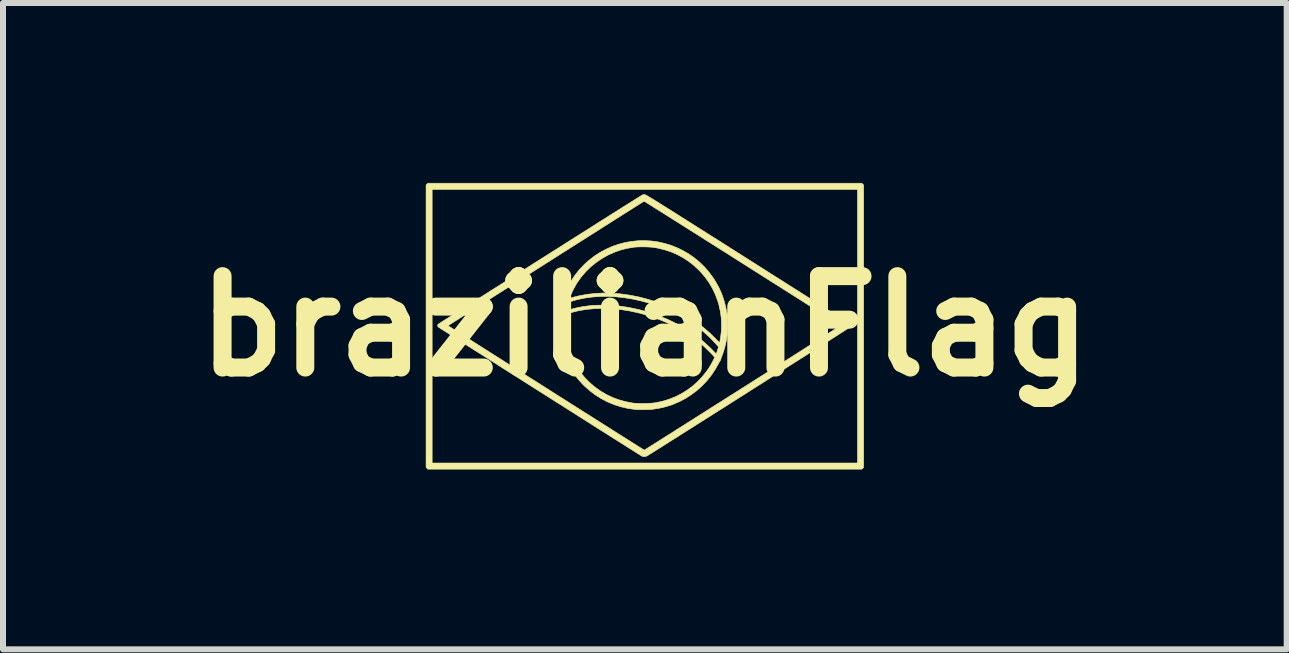
<source format=kicad_pcb>
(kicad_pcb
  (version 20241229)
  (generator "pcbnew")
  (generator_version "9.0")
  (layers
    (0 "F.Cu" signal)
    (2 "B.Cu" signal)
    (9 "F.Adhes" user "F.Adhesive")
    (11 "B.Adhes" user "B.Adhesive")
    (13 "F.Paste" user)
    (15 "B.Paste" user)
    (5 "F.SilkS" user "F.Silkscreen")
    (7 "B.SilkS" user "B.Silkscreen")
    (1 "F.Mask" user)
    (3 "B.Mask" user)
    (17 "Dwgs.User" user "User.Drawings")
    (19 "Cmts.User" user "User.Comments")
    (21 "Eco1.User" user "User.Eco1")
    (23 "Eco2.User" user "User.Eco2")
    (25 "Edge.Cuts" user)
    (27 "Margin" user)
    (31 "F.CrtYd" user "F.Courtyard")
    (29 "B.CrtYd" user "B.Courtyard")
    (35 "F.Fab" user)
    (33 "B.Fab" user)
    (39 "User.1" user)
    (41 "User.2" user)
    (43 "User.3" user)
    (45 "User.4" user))
  (footprint "brazilianFlag"
    (layer "F.Cu")
    (at 7.7 2.388)
    (property "Reference" "brazilianFlag" (at 0 0 0) (layer "F.SilkS") (effects (font (size 1.524 1.524) (thickness 0.3))))
    (attr through_hole)
    (fp_poly (pts (xy 3.647 -2.353) (xy 3.647 2.353) (xy 3.633 2.368) (xy 3.618 2.383) (xy -3.618 2.383) (xy -3.633 2.368) (xy -3.647 2.353) (xy -3.647 -2.281) (xy -3.546 -2.281) (xy -3.546 2.281) (xy 3.546 2.281) (xy 3.546 -2.281) (xy -3.546 -2.281) (xy -3.647 -2.281) (xy -3.647 -2.353) (xy -3.618 -2.383) (xy 3.618 -2.383) (xy 3.647 -2.353)) (stroke (width 0.01) (type solid)) (fill yes) (layer "F.SilkS"))
    (fp_poly (pts (xy 0.112 -1.42) (xy 0.22 -1.405) (xy 0.326 -1.381) (xy 0.431 -1.35) (xy 0.533 -1.31) (xy 0.632 -1.262) (xy 0.728 -1.207) (xy 0.82 -1.143) (xy 0.907 -1.072) (xy 0.989 -0.993) (xy 1.065 -0.906) (xy 1.135 -0.812) (xy 1.179 -0.744) (xy 1.234 -0.645) (xy 1.28 -0.543) (xy 1.317 -0.437) (xy 1.347 -0.325) (xy 1.369 -0.207) (xy 1.37 -0.201) (xy 1.374 -0.165) (xy 1.377 -0.122) (xy 1.378 -0.074) (xy 1.379 -0.022) (xy 1.379 0.029) (xy 1.377 0.079) (xy 1.375 0.124) (xy 1.371 0.161) (xy 1.37 0.17) (xy 1.357 0.245) (xy 1.34 0.321) (xy 1.32 0.395) (xy 1.297 0.464) (xy 1.28 0.508) (xy 1.273 0.528) (xy 1.267 0.545) (xy 1.265 0.556) (xy 1.265 0.557) (xy 1.263 0.566) (xy 1.26 0.569) (xy 1.256 0.573) (xy 1.248 0.585) (xy 1.239 0.602) (xy 1.229 0.62) (xy 1.172 0.722) (xy 1.107 0.818) (xy 1.035 0.909) (xy 0.955 0.993) (xy 0.868 1.071) (xy 0.775 1.141) (xy 0.677 1.204) (xy 0.574 1.258) (xy 0.467 1.304) (xy 0.434 1.316) (xy 0.329 1.347) (xy 0.221 1.371) (xy 0.114 1.387) (xy 0.096 1.388) (xy 0.07 1.389) (xy 0.038 1.39) (xy 0.003 1.391) (xy -0.034 1.391) (xy -0.07 1.391) (xy -0.103 1.391) (xy -0.131 1.39) (xy -0.152 1.389) (xy -0.157 1.388) (xy -0.279 1.371) (xy -0.397 1.344) (xy -0.51 1.308) (xy -0.62 1.263) (xy -0.724 1.209) (xy -0.824 1.147) (xy -0.919 1.075) (xy -1.009 0.995) (xy -1.039 0.965) (xy -1.12 0.874) (xy -1.192 0.779) (xy -1.254 0.68) (xy -1.308 0.575) (xy -1.353 0.466) (xy -1.389 0.351) (xy -1.416 0.232) (xy -1.426 0.175) (xy -1.429 0.146) (xy -1.432 0.11) (xy -1.434 0.068) (xy -1.435 0.023) (xy -1.435 -0.024) (xy -1.435 -0.061) (xy -1.333 -0.061) (xy -1.333 -0.019) (xy -1.333 0.025) (xy -1.331 0.067) (xy -1.329 0.106) (xy -1.327 0.139) (xy -1.324 0.163) (xy -1.302 0.279) (xy -1.271 0.391) (xy -1.23 0.498) (xy -1.181 0.601) (xy -1.122 0.7) (xy -1.074 0.769) (xy -1.001 0.858) (xy -0.921 0.939) (xy -0.835 1.013) (xy -0.743 1.079) (xy -0.645 1.137) (xy -0.543 1.186) (xy -0.437 1.226) (xy -0.326 1.257) (xy -0.212 1.279) (xy -0.183 1.283) (xy -0.154 1.286) (xy -0.118 1.287) (xy -0.076 1.288) (xy -0.031 1.288) (xy 0.015 1.288) (xy 0.06 1.286) (xy 0.101 1.284) (xy 0.137 1.281) (xy 0.165 1.278) (xy 0.165 1.278) (xy 0.281 1.255) (xy 0.392 1.222) (xy 0.499 1.18) (xy 0.601 1.13) (xy 0.698 1.071) (xy 0.79 1.004) (xy 0.875 0.929) (xy 0.955 0.845) (xy 1.028 0.754) (xy 1.071 0.692) (xy 1.082 0.674) (xy 1.095 0.651) (xy 1.11 0.626) (xy 1.124 0.6) (xy 1.137 0.575) (xy 1.149 0.553) (xy 1.157 0.535) (xy 1.162 0.523) (xy 1.163 0.519) (xy 1.16 0.513) (xy 1.15 0.502) (xy 1.135 0.485) (xy 1.116 0.465) (xy 1.094 0.442) (xy 1.07 0.418) (xy 1.045 0.394) (xy 1.021 0.37) (xy 0.998 0.348) (xy 0.977 0.329) (xy 0.963 0.317) (xy 0.843 0.22) (xy 0.716 0.131) (xy 0.583 0.05) (xy 0.444 -0.024) (xy 0.298 -0.089) (xy 0.147 -0.147) (xy -0.009 -0.196) (xy -0.101 -0.221) (xy -0.251 -0.254) (xy -0.401 -0.278) (xy -0.548 -0.292) (xy -0.693 -0.297) (xy -0.835 -0.293) (xy -0.975 -0.28) (xy -1.098 -0.259) (xy -1.135 -0.251) (xy -1.174 -0.241) (xy -1.214 -0.231) (xy -1.25 -0.22) (xy -1.282 -0.21) (xy -1.306 -0.201) (xy -1.306 -0.201) (xy -1.316 -0.196) (xy -1.322 -0.191) (xy -1.326 -0.182) (xy -1.328 -0.167) (xy -1.329 -0.159) (xy -1.331 -0.133) (xy -1.333 -0.1) (xy -1.333 -0.061) (xy -1.435 -0.061) (xy -1.435 -0.07) (xy -1.434 -0.113) (xy -1.432 -0.151) (xy -1.43 -0.181) (xy -1.429 -0.191) (xy -1.416 -0.262) (xy -1.313 -0.262) (xy -1.313 -0.259) (xy -1.307 -0.26) (xy -1.294 -0.264) (xy -1.275 -0.27) (xy -1.253 -0.276) (xy -1.143 -0.305) (xy -1.026 -0.328) (xy -0.904 -0.343) (xy -0.875 -0.346) (xy -0.842 -0.348) (xy -0.801 -0.349) (xy -0.755 -0.35) (xy -0.704 -0.35) (xy -0.652 -0.349) (xy -0.6 -0.348) (xy -0.55 -0.346) (xy -0.504 -0.344) (xy -0.465 -0.341) (xy -0.434 -0.338) (xy -0.265 -0.312) (xy -0.099 -0.277) (xy 0.063 -0.232) (xy 0.222 -0.178) (xy 0.377 -0.115) (xy 0.475 -0.069) (xy 0.611 0.003) (xy 0.74 0.081) (xy 0.861 0.165) (xy 0.974 0.254) (xy 1.078 0.349) (xy 1.146 0.417) (xy 1.162 0.434) (xy 1.175 0.447) (xy 1.185 0.455) (xy 1.19 0.457) (xy 1.193 0.452) (xy 1.198 0.439) (xy 1.205 0.42) (xy 1.211 0.402) (xy 1.22 0.373) (xy 1.225 0.353) (xy 1.225 0.342) (xy 1.224 0.341) (xy 1.219 0.334) (xy 1.209 0.322) (xy 1.194 0.305) (xy 1.177 0.285) (xy 1.167 0.274) (xy 1.077 0.182) (xy 0.978 0.093) (xy 0.871 0.009) (xy 0.757 -0.07) (xy 0.636 -0.144) (xy 0.509 -0.212) (xy 0.376 -0.273) (xy 0.239 -0.329) (xy 0.098 -0.377) (xy 0.086 -0.381) (xy -0.057 -0.42) (xy -0.199 -0.452) (xy -0.341 -0.475) (xy -0.48 -0.49) (xy -0.618 -0.497) (xy -0.752 -0.496) (xy -0.883 -0.486) (xy -1.01 -0.468) (xy -1.132 -0.442) (xy -1.181 -0.428) (xy -1.215 -0.418) (xy -1.24 -0.41) (xy -1.259 -0.403) (xy -1.271 -0.397) (xy -1.28 -0.39) (xy -1.285 -0.382) (xy -1.288 -0.371) (xy -1.29 -0.365) (xy -1.299 -0.327) (xy -1.306 -0.297) (xy -1.31 -0.275) (xy -1.313 -0.262) (xy -1.416 -0.262) (xy -1.411 -0.295) (xy -1.387 -0.392) (xy -1.365 -0.464) (xy -1.255 -0.464) (xy -1.253 -0.464) (xy -1.234 -0.47) (xy -1.208 -0.478) (xy -1.177 -0.487) (xy -1.144 -0.495) (xy -1.11 -0.503) (xy -1.092 -0.507) (xy -0.963 -0.531) (xy -0.828 -0.546) (xy -0.691 -0.553) (xy -0.55 -0.55) (xy -0.406 -0.539) (xy -0.261 -0.519) (xy -0.114 -0.491) (xy 0.033 -0.453) (xy 0.055 -0.447) (xy 0.204 -0.4) (xy 0.348 -0.345) (xy 0.487 -0.283) (xy 0.621 -0.215) (xy 0.749 -0.14) (xy 0.87 -0.059) (xy 0.984 0.028) (xy 1.09 0.12) (xy 1.179 0.208) (xy 1.2 0.229) (xy 1.217 0.248) (xy 1.232 0.262) (xy 1.241 0.271) (xy 1.245 0.274) (xy 1.247 0.27) (xy 1.25 0.257) (xy 1.254 0.238) (xy 1.259 0.214) (xy 1.259 0.212) (xy 1.274 0.097) (xy 1.279 -0.018) (xy 1.274 -0.133) (xy 1.259 -0.246) (xy 1.234 -0.358) (xy 1.216 -0.417) (xy 1.177 -0.524) (xy 1.13 -0.624) (xy 1.075 -0.719) (xy 1.011 -0.81) (xy 0.937 -0.897) (xy 0.907 -0.929) (xy 0.822 -1.009) (xy 0.732 -1.08) (xy 0.637 -1.142) (xy 0.537 -1.196) (xy 0.432 -1.241) (xy 0.323 -1.276) (xy 0.209 -1.303) (xy 0.145 -1.314) (xy 0.113 -1.317) (xy 0.073 -1.32) (xy 0.028 -1.322) (xy -0.019 -1.323) (xy -0.066 -1.323) (xy -0.11 -1.322) (xy -0.15 -1.32) (xy -0.182 -1.317) (xy -0.183 -1.317) (xy -0.292 -1.298) (xy -0.395 -1.273) (xy -0.494 -1.239) (xy -0.592 -1.196) (xy -0.617 -1.184) (xy -0.718 -1.127) (xy -0.813 -1.062) (xy -0.902 -0.99) (xy -0.984 -0.91) (xy -1.059 -0.823) (xy -1.124 -0.732) (xy -1.139 -0.708) (xy -1.155 -0.681) (xy -1.171 -0.651) (xy -1.188 -0.62) (xy -1.204 -0.588) (xy -1.218 -0.558) (xy -1.231 -0.53) (xy -1.242 -0.505) (xy -1.25 -0.485) (xy -1.254 -0.471) (xy -1.255 -0.464) (xy -1.365 -0.464) (xy -1.358 -0.484) (xy -1.323 -0.574) (xy -1.29 -0.645) (xy -1.231 -0.751) (xy -1.165 -0.85) (xy -1.091 -0.943) (xy -1.01 -1.029) (xy -0.935 -1.096) (xy -0.841 -1.169) (xy -0.743 -1.232) (xy -0.642 -1.286) (xy -0.538 -1.332) (xy -0.432 -1.368) (xy -0.325 -1.396) (xy -0.216 -1.414) (xy -0.107 -1.425) (xy 0.003 -1.427) (xy 0.112 -1.42)) (stroke (width 0.01) (type solid)) (fill yes) (layer "F.SilkS"))
    (fp_poly (pts (xy 0.001 -2.193) (xy 0.004 -2.192) (xy 0.008 -2.191) (xy 0.014 -2.188) (xy 0.021 -2.184) (xy 0.031 -2.179) (xy 0.043 -2.172) (xy 0.058 -2.164) (xy 0.075 -2.153) (xy 0.095 -2.141) (xy 0.119 -2.126) (xy 0.146 -2.11) (xy 0.177 -2.09) (xy 0.213 -2.069) (xy 0.252 -2.044) (xy 0.296 -2.016) (xy 0.345 -1.986) (xy 0.399 -1.952) (xy 0.458 -1.915) (xy 0.523 -1.874) (xy 0.593 -1.829) (xy 0.67 -1.781) (xy 0.753 -1.729) (xy 0.842 -1.672) (xy 0.938 -1.611) (xy 1.041 -1.546) (xy 1.152 -1.476) (xy 1.27 -1.402) (xy 1.395 -1.322) (xy 1.529 -1.237) (xy 1.671 -1.147) (xy 1.719 -1.117) (xy 1.839 -1.041) (xy 1.957 -0.966) (xy 2.072 -0.893) (xy 2.185 -0.821) (xy 2.295 -0.752) (xy 2.401 -0.684) (xy 2.504 -0.619) (xy 2.603 -0.556) (xy 2.698 -0.496) (xy 2.789 -0.438) (xy 2.874 -0.384) (xy 2.955 -0.333) (xy 3.03 -0.285) (xy 3.099 -0.241) (xy 3.163 -0.2) (xy 3.22 -0.164) (xy 3.271 -0.132) (xy 3.315 -0.103) (xy 3.352 -0.08) (xy 3.381 -0.061) (xy 3.403 -0.047) (xy 3.417 -0.038) (xy 3.423 -0.034) (xy 3.423 -0.034) (xy 3.432 -0.02) (xy 3.434 -0.003) (xy 3.428 0.011) (xy 3.423 0.014) (xy 3.41 0.023) (xy 3.389 0.036) (xy 3.361 0.054) (xy 3.326 0.077) (xy 3.283 0.104) (xy 3.235 0.135) (xy 3.18 0.17) (xy 3.119 0.209) (xy 3.053 0.251) (xy 2.982 0.296) (xy 2.906 0.344) (xy 2.826 0.395) (xy 2.742 0.449) (xy 2.655 0.504) (xy 2.564 0.562) (xy 2.47 0.622) (xy 2.373 0.683) (xy 2.275 0.746) (xy 2.174 0.81) (xy 2.072 0.874) (xy 1.969 0.94) (xy 1.865 1.006) (xy 1.76 1.072) (xy 1.656 1.139) (xy 1.551 1.205) (xy 1.448 1.27) (xy 1.345 1.336) (xy 1.243 1.4) (xy 1.144 1.463) (xy 1.046 1.525) (xy 0.951 1.585) (xy 0.858 1.644) (xy 0.768 1.701) (xy 0.682 1.755) (xy 0.6 1.807) (xy 0.522 1.857) (xy 0.448 1.903) (xy 0.379 1.947) (xy 0.316 1.987) (xy 0.258 2.024) (xy 0.206 2.056) (xy 0.16 2.085) (xy 0.121 2.11) (xy 0.088 2.13) (xy 0.064 2.146) (xy 0.046 2.156) (xy 0.037 2.162) (xy 0.036 2.163) (xy 0.013 2.171) (xy -0.013 2.174) (xy -0.036 2.172) (xy -0.043 2.169) (xy -0.049 2.166) (xy -0.062 2.158) (xy -0.083 2.145) (xy -0.112 2.127) (xy -0.148 2.104) (xy -0.191 2.077) (xy -0.24 2.046) (xy -0.296 2.011) (xy -0.357 1.972) (xy -0.423 1.93) (xy -0.495 1.885) (xy -0.571 1.837) (xy -0.651 1.786) (xy -0.736 1.733) (xy -0.824 1.677) (xy -0.915 1.619) (xy -1.01 1.559) (xy -1.106 1.498) (xy -1.205 1.435) (xy -1.306 1.371) (xy -1.409 1.306) (xy -1.512 1.241) (xy -1.616 1.175) (xy -1.721 1.108) (xy -1.826 1.042) (xy -1.93 0.976) (xy -2.034 0.91) (xy -2.137 0.844) (xy -2.239 0.78) (xy -2.339 0.717) (xy -2.436 0.655) (xy -2.532 0.594) (xy -2.624 0.535) (xy -2.714 0.478) (xy -2.8 0.424) (xy -2.882 0.372) (xy -2.96 0.322) (xy -3.034 0.275) (xy -3.102 0.232) (xy -3.166 0.191) (xy -3.224 0.154) (xy -3.275 0.121) (xy -3.321 0.092) (xy -3.36 0.068) (xy -3.392 0.047) (xy -3.416 0.031) (xy -3.433 0.02) (xy -3.442 0.015) (xy -3.443 0.014) (xy -3.451 0.002) (xy -3.454 -0.009) (xy -3.28 -0.009) (xy -3.276 -0.006) (xy -3.263 0.003) (xy -3.243 0.016) (xy -3.215 0.034) (xy -3.18 0.056) (xy -3.138 0.083) (xy -3.09 0.114) (xy -3.035 0.148) (xy -2.975 0.187) (xy -2.91 0.228) (xy -2.839 0.273) (xy -2.764 0.321) (xy -2.685 0.371) (xy -2.602 0.424) (xy -2.515 0.479) (xy -2.425 0.536) (xy -2.332 0.595) (xy -2.237 0.656) (xy -2.14 0.718) (xy -2.04 0.781) (xy -1.94 0.845) (xy -1.838 0.909) (xy -1.736 0.974) (xy -1.633 1.039) (xy -1.531 1.104) (xy -1.429 1.169) (xy -1.327 1.233) (xy -1.227 1.297) (xy -1.128 1.359) (xy -1.031 1.421) (xy -0.936 1.481) (xy -0.844 1.539) (xy -0.755 1.596) (xy -0.669 1.65) (xy -0.586 1.702) (xy -0.508 1.752) (xy -0.434 1.799) (xy -0.365 1.842) (xy -0.3 1.883) (xy -0.241 1.92) (xy -0.188 1.954) (xy -0.141 1.983) (xy -0.101 2.009) (xy -0.067 2.03) (xy -0.041 2.046) (xy -0.022 2.058) (xy -0.012 2.064) (xy -0.009 2.066) (xy -0.004 2.063) (xy 0.008 2.055) (xy 0.029 2.042) (xy 0.058 2.024) (xy 0.094 2.001) (xy 0.137 1.974) (xy 0.186 1.943) (xy 0.243 1.907) (xy 0.305 1.868) (xy 0.374 1.824) (xy 0.448 1.778) (xy 0.527 1.727) (xy 0.612 1.674) (xy 0.701 1.617) (xy 0.795 1.558) (xy 0.892 1.496) (xy 0.994 1.432) (xy 1.099 1.365) (xy 1.208 1.296) (xy 1.319 1.226) (xy 1.433 1.153) (xy 1.55 1.08) (xy 1.63 1.029) (xy 1.78 0.934) (xy 1.92 0.845) (xy 2.053 0.761) (xy 2.178 0.682) (xy 2.294 0.607) (xy 2.404 0.538) (xy 2.505 0.474) (xy 2.599 0.414) (xy 2.686 0.358) (xy 2.767 0.307) (xy 2.84 0.26) (xy 2.907 0.218) (xy 2.967 0.179) (xy 3.021 0.144) (xy 3.069 0.113) (xy 3.112 0.086) (xy 3.148 0.063) (xy 3.179 0.042) (xy 3.205 0.025) (xy 3.225 0.012) (xy 3.241 0.001) (xy 3.252 -0.007) (xy 3.258 -0.011) (xy 3.26 -0.013) (xy 3.26 -0.013) (xy 3.255 -0.017) (xy 3.242 -0.025) (xy 3.22 -0.039) (xy 3.192 -0.057) (xy 3.156 -0.08) (xy 3.114 -0.107) (xy 3.065 -0.138) (xy 3.01 -0.173) (xy 2.95 -0.211) (xy 2.884 -0.253) (xy 2.813 -0.298) (xy 2.738 -0.346) (xy 2.658 -0.397) (xy 2.574 -0.45) (xy 2.487 -0.505) (xy 2.397 -0.562) (xy 2.304 -0.621) (xy 2.209 -0.682) (xy 2.111 -0.743) (xy 2.012 -0.806) (xy 1.911 -0.87) (xy 1.809 -0.934) (xy 1.707 -0.999) (xy 1.604 -1.064) (xy 1.502 -1.129) (xy 1.4 -1.194) (xy 1.298 -1.258) (xy 1.198 -1.321) (xy 1.099 -1.384) (xy 1.002 -1.445) (xy 0.908 -1.505) (xy 0.816 -1.563) (xy 0.727 -1.619) (xy 0.641 -1.673) (xy 0.559 -1.725) (xy 0.481 -1.774) (xy 0.407 -1.821) (xy 0.338 -1.864) (xy 0.274 -1.905) (xy 0.216 -1.941) (xy 0.163 -1.974) (xy 0.117 -2.004) (xy 0.077 -2.029) (xy 0.044 -2.049) (xy 0.018 -2.065) (xy 0.000373 -2.077) (xy -0.01 -2.083) (xy -0.012 -2.084) (xy -0.017 -2.081) (xy -0.03 -2.073) (xy -0.051 -2.06) (xy -0.08 -2.042) (xy -0.115 -2.019) (xy -0.158 -1.993) (xy -0.207 -1.962) (xy -0.261 -1.927) (xy -0.322 -1.889) (xy -0.388 -1.847) (xy -0.458 -1.803) (xy -0.534 -1.755) (xy -0.613 -1.704) (xy -0.697 -1.652) (xy -0.784 -1.596) (xy -0.874 -1.539) (xy -0.967 -1.48) (xy -1.062 -1.42) (xy -1.16 -1.358) (xy -1.259 -1.295) (xy -1.36 -1.231) (xy -1.461 -1.167) (xy -1.563 -1.102) (xy -1.666 -1.037) (xy -1.768 -0.972) (xy -1.87 -0.907) (xy -1.971 -0.843) (xy -2.072 -0.779) (xy -2.17 -0.717) (xy -2.267 -0.655) (xy -2.361 -0.595) (xy -2.453 -0.537) (xy -2.542 -0.48) (xy -2.628 -0.425) (xy -2.71 -0.373) (xy -2.788 -0.324) (xy -2.862 -0.277) (xy -2.93 -0.233) (xy -2.994 -0.192) (xy -3.053 -0.155) (xy -3.105 -0.121) (xy -3.151 -0.092) (xy -3.191 -0.066) (xy -3.224 -0.045) (xy -3.25 -0.029) (xy -3.268 -0.017) (xy -3.278 -0.01) (xy -3.28 -0.009) (xy -3.454 -0.009) (xy -3.454 -0.01) (xy -3.451 -0.024) (xy -3.443 -0.034) (xy -3.438 -0.037) (xy -3.424 -0.046) (xy -3.403 -0.06) (xy -3.374 -0.079) (xy -3.338 -0.102) (xy -3.295 -0.129) (xy -3.245 -0.161) (xy -3.19 -0.196) (xy -3.129 -0.235) (xy -3.062 -0.277) (xy -2.99 -0.323) (xy -2.914 -0.371) (xy -2.833 -0.423) (xy -2.749 -0.476) (xy -2.66 -0.532) (xy -2.569 -0.591) (xy -2.474 -0.65) (xy -2.377 -0.712) (xy -2.278 -0.775) (xy -2.177 -0.839) (xy -2.075 -0.904) (xy -1.971 -0.969) (xy -1.867 -1.036) (xy -1.762 -1.102) (xy -1.657 -1.168) (xy -1.552 -1.235) (xy -1.448 -1.3) (xy -1.345 -1.366) (xy -1.244 -1.43) (xy -1.144 -1.493) (xy -1.046 -1.555) (xy -0.95 -1.615) (xy -0.858 -1.674) (xy -0.768 -1.731) (xy -0.682 -1.785) (xy -0.6 -1.837) (xy -0.522 -1.886) (xy -0.449 -1.932) (xy -0.38 -1.976) (xy -0.317 -2.016) (xy -0.259 -2.052) (xy -0.207 -2.084) (xy -0.162 -2.113) (xy -0.123 -2.137) (xy -0.092 -2.157) (xy -0.067 -2.172) (xy -0.051 -2.182) (xy -0.043 -2.187) (xy -0.042 -2.188) (xy -0.015 -2.194) (xy 0.001 -2.193)) (stroke (width 0.01) (type solid)) (fill yes) (layer "F.SilkS")))
  (gr_rect
    (start -3 -3)
    (end 18.4 7.775)
    (stroke (width 0.1) (type default))
    (fill no)
    (layer "Edge.Cuts")))
</source>
